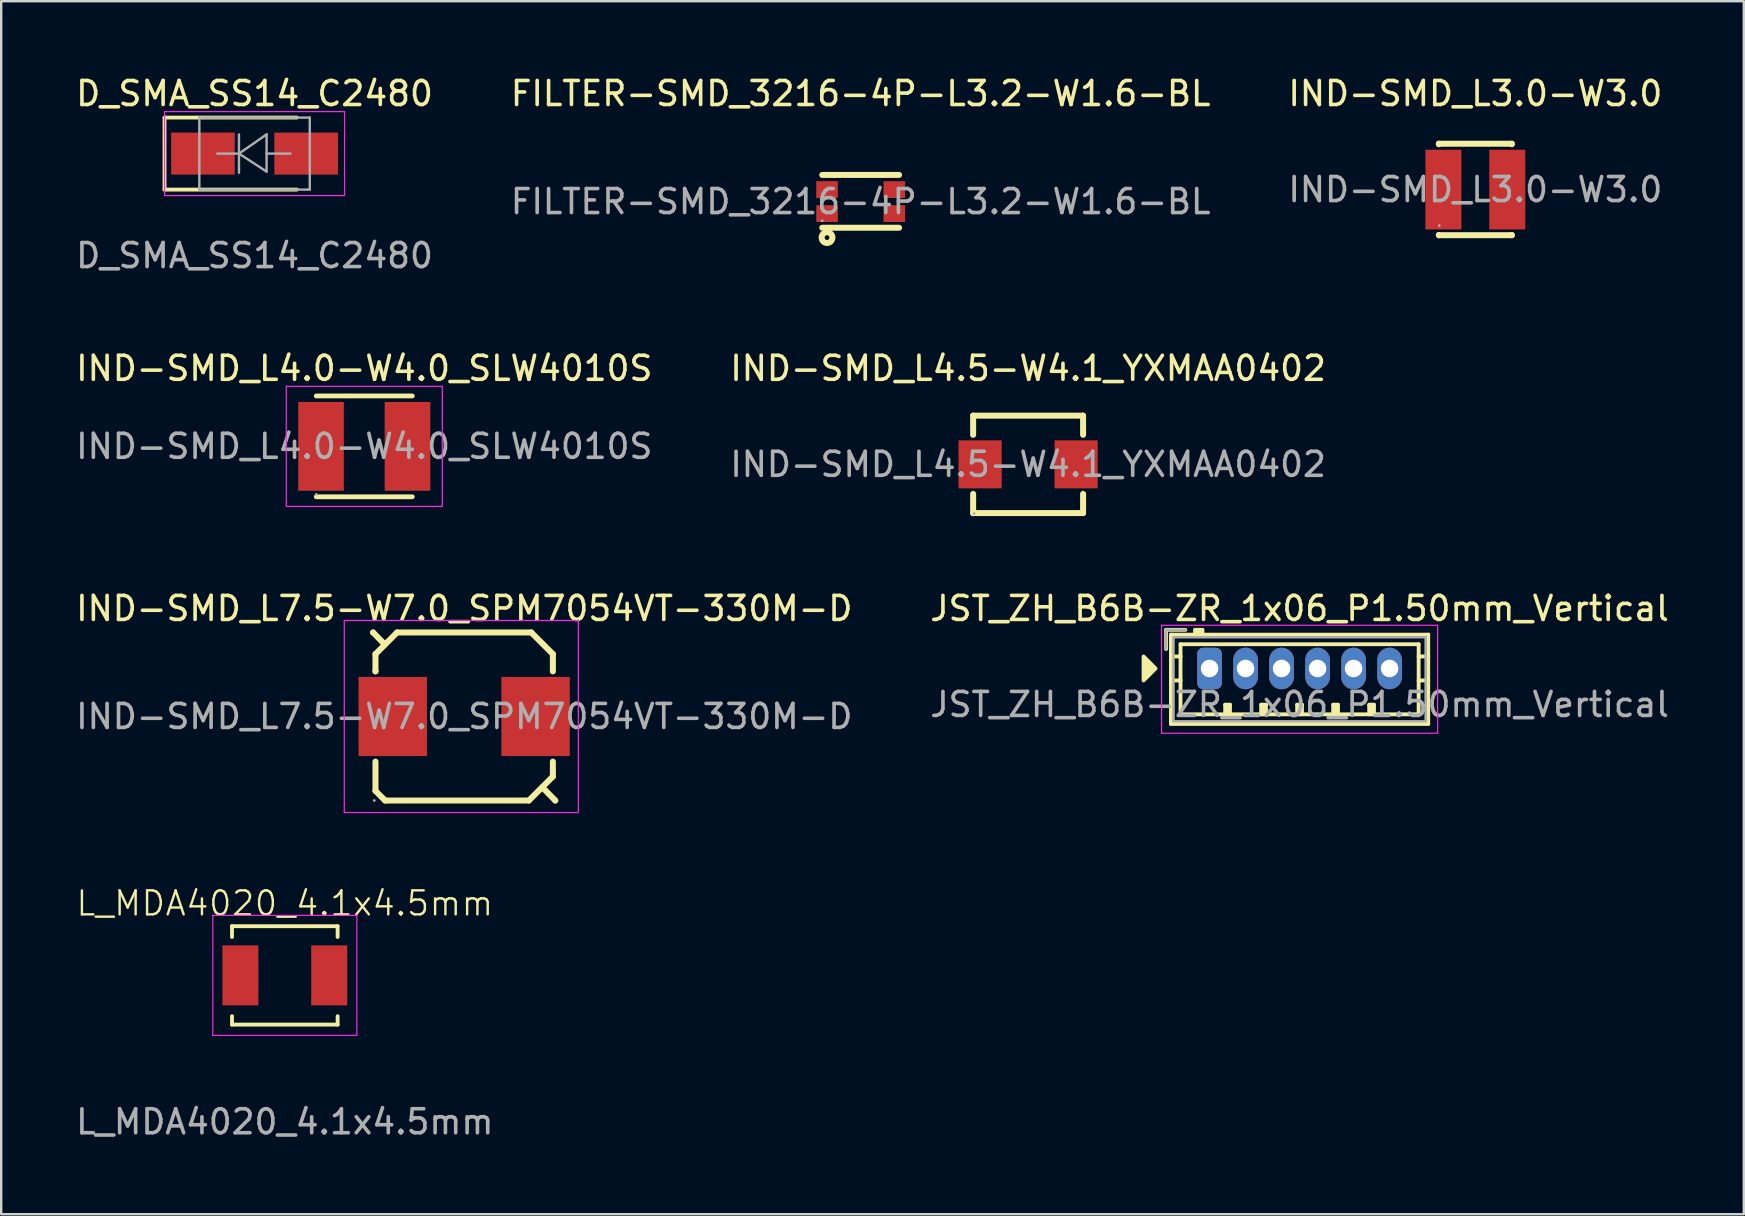
<source format=kicad_pcb>
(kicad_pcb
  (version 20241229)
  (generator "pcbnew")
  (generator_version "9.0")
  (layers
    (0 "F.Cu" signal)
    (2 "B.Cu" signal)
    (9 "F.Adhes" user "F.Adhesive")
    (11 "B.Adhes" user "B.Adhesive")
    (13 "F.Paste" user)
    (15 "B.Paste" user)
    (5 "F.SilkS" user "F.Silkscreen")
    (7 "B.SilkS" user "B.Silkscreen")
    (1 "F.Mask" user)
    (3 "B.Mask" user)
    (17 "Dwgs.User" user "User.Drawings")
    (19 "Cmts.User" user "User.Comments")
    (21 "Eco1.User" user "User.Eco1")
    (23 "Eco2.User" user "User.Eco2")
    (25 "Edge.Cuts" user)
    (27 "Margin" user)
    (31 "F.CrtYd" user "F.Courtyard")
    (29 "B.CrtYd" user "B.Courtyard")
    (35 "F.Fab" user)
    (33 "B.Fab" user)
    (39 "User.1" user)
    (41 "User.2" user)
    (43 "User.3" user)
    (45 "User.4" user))
  (footprint "IND-SMD_L4.5-W4.1_YXMAA0402"
    (layer "F.Cu")
    (at 39.78 16.295)
    (property "Reference" "IND-SMD_L4.5-W4.1_YXMAA0402" (at 0 -4 0) (layer "F.SilkS") (effects (font (size 1 1) (thickness 0.15))))
    (attr smd)
    (fp_line (start -2.29 -2.03) (end 2.29 -2.03) (stroke (width 0.25) (type solid)) (layer "F.SilkS"))
    (fp_line (start -2.29 -1.23) (end -2.29 -2.03) (stroke (width 0.25) (type solid)) (layer "F.SilkS"))
    (fp_line (start -2.29 2.03) (end -2.29 1.23) (stroke (width 0.25) (type solid)) (layer "F.SilkS"))
    (fp_line (start 2.29 -2.03) (end 2.29 -1.23) (stroke (width 0.25) (type solid)) (layer "F.SilkS"))
    (fp_line (start 2.29 1.23) (end 2.29 2.03) (stroke (width 0.25) (type solid)) (layer "F.SilkS"))
    (fp_line (start 2.29 2.03) (end -2.29 2.03) (stroke (width 0.25) (type solid)) (layer "F.SilkS"))
    (fp_circle (center -2.25 2.05) (end -2.22 2.05) (stroke (width 0.06) (type solid)) (fill no) (layer "F.Fab"))
    (fp_text user "${REFERENCE}" (at 0 0 0) (layer "F.Fab") (effects (font (size 1 1) (thickness 0.15))))
    (pad "1" smd rect (at -2 0 90) (size 2 1.8) (layers "F.Cu" "F.Mask" "F.Paste"))
    (pad "2" smd rect (at 2 0 90) (size 2 1.8) (layers "F.Cu" "F.Mask" "F.Paste")))
  (footprint "FILTER-SMD_3216-4P-L3.2-W1.6-BL"
    (layer "F.Cu")
    (at 32.804 5.348)
    (property "Reference" "FILTER-SMD_3216-4P-L3.2-W1.6-BL" (at 0 -4.5 0) (layer "F.SilkS") (effects (font (size 1 1) (thickness 0.15))))
    (attr smd)
    (fp_line (start -1.6 -1.11) (end 1.6 -1.11) (stroke (width 0.25) (type solid)) (layer "F.SilkS"))
    (fp_line (start -1.6 1.09) (end 1.6 1.09) (stroke (width 0.25) (type solid)) (layer "F.SilkS"))
    (fp_circle (center -1.4 1.5) (end -1.3 1.5) (stroke (width 0.25) (type solid)) (fill no) (layer "F.SilkS"))
    (fp_circle (center -1.6 0.8) (end -1.57 0.8) (stroke (width 0.06) (type solid)) (fill no) (layer "F.Fab"))
    (fp_text user "${REFERENCE}" (at 0 0 0) (layer "F.Fab") (effects (font (size 1 1) (thickness 0.15))))
    (pad "1" smd rect (at -1.4 0.5) (size 0.9 0.7) (layers "F.Cu" "F.Mask" "F.Paste"))
    (pad "2" smd rect (at -1.4 -0.5) (size 0.9 0.7) (layers "F.Cu" "F.Mask" "F.Paste"))
    (pad "3" smd rect (at 1.4 -0.5) (size 0.9 0.7) (layers "F.Cu" "F.Mask" "F.Paste"))
    (pad "4" smd rect (at 1.4 0.5) (size 0.9 0.7) (layers "F.Cu" "F.Mask" "F.Paste")))
  (footprint "IND-SMD_L4.0-W4.0_SLW4010S"
    (layer "F.Cu")
    (at 12.125 15.545)
    (property "Reference" "IND-SMD_L4.0-W4.0_SLW4010S" (at 0 -3.25 0) (layer "F.SilkS") (effects (font (size 1 1) (thickness 0.15))))
    (attr smd)
    (fp_line (start -2 -2.1) (end 2 -2.1) (stroke (width 0.2) (type solid)) (layer "F.SilkS"))
    (fp_line (start -2 2.1) (end 2 2.1) (stroke (width 0.2) (type solid)) (layer "F.SilkS"))
    (fp_line (start -3.25 -2.5) (end 3.25 -2.5) (stroke (width 0.05) (type default)) (layer "F.CrtYd"))
    (fp_line (start -3.25 2.5) (end -3.25 -2.5) (stroke (width 0.05) (type default)) (layer "F.CrtYd"))
    (fp_line (start 3.25 -2.5) (end 3.25 2.5) (stroke (width 0.05) (type default)) (layer "F.CrtYd"))
    (fp_line (start 3.25 2.5) (end -3.25 2.5) (stroke (width 0.05) (type default)) (layer "F.CrtYd"))
    (fp_circle (center -2 2) (end -1.97 2) (stroke (width 0.06) (type solid)) (fill no) (layer "F.Fab"))
    (fp_text user "${REFERENCE}" (at 0 0 0) (layer "F.Fab") (effects (font (size 1 1) (thickness 0.15))))
    (pad "1" smd rect (at -1.8 0 90) (size 3.7 1.9) (layers "F.Cu" "F.Mask" "F.Paste"))
    (pad "2" smd rect (at 1.8 0 90) (size 3.7 1.9) (layers "F.Cu" "F.Mask" "F.Paste")))
  (footprint "JST_ZH_B6B-ZR_1x06_P1.50mm_Vertical"
    (layer "F.Cu")
    (at 47.339 24.798)
    (property "Reference" "JST_ZH_B6B-ZR_1x06_P1.50mm_Vertical" (at 3.75 -2.5 0) (layer "F.SilkS") (effects (font (size 1 1) (thickness 0.15))))
    (attr through_hole)
    (fp_line (start -1.81 -1.61) (end -1.81 -0.81) (stroke (width 0.16) (type solid)) (layer "F.SilkS"))
    (fp_line (start -1.61 -1.41) (end -1.61 2.31) (stroke (width 0.16) (type solid)) (layer "F.SilkS"))
    (fp_line (start -1.61 -0.5) (end -1.21 -0.5) (stroke (width 0.16) (type solid)) (layer "F.SilkS"))
    (fp_line (start -1.61 0.5) (end -1.21 0.5) (stroke (width 0.16) (type solid)) (layer "F.SilkS"))
    (fp_line (start -1.61 2.31) (end 9.11 2.31) (stroke (width 0.16) (type solid)) (layer "F.SilkS"))
    (fp_line (start -1.21 -1.01) (end -1.21 1.91) (stroke (width 0.16) (type solid)) (layer "F.SilkS"))
    (fp_line (start -1.21 1.91) (end 8.71 1.91) (stroke (width 0.16) (type solid)) (layer "F.SilkS"))
    (fp_line (start -1.01 -1.61) (end -1.81 -1.61) (stroke (width 0.16) (type solid)) (layer "F.SilkS"))
    (fp_line (start -0.6 -1.61) (end -0.6 -1.41) (stroke (width 0.16) (type solid)) (layer "F.SilkS"))
    (fp_line (start -0.3 -1.61) (end -0.6 -1.61) (stroke (width 0.16) (type solid)) (layer "F.SilkS"))
    (fp_line (start -0.3 -1.51) (end -0.6 -1.51) (stroke (width 0.16) (type solid)) (layer "F.SilkS"))
    (fp_line (start -0.3 -1.41) (end -0.3 -1.61) (stroke (width 0.16) (type solid)) (layer "F.SilkS"))
    (fp_line (start 0.65 1.51) (end 0.85 1.51) (stroke (width 0.16) (type solid)) (layer "F.SilkS"))
    (fp_line (start 0.65 1.91) (end 0.65 1.51) (stroke (width 0.16) (type solid)) (layer "F.SilkS"))
    (fp_line (start 0.75 1.91) (end 0.75 1.51) (stroke (width 0.16) (type solid)) (layer "F.SilkS"))
    (fp_line (start 0.85 1.51) (end 0.85 1.91) (stroke (width 0.16) (type solid)) (layer "F.SilkS"))
    (fp_line (start 2.15 1.51) (end 2.35 1.51) (stroke (width 0.16) (type solid)) (layer "F.SilkS"))
    (fp_line (start 2.15 1.91) (end 2.15 1.51) (stroke (width 0.16) (type solid)) (layer "F.SilkS"))
    (fp_line (start 2.25 1.91) (end 2.25 1.51) (stroke (width 0.16) (type solid)) (layer "F.SilkS"))
    (fp_line (start 2.35 1.51) (end 2.35 1.91) (stroke (width 0.16) (type solid)) (layer "F.SilkS"))
    (fp_line (start 3.65 1.51) (end 3.85 1.51) (stroke (width 0.16) (type solid)) (layer "F.SilkS"))
    (fp_line (start 3.65 1.91) (end 3.65 1.51) (stroke (width 0.16) (type solid)) (layer "F.SilkS"))
    (fp_line (start 3.75 1.91) (end 3.75 1.51) (stroke (width 0.16) (type solid)) (layer "F.SilkS"))
    (fp_line (start 3.85 1.51) (end 3.85 1.91) (stroke (width 0.16) (type solid)) (layer "F.SilkS"))
    (fp_line (start 5.15 1.51) (end 5.35 1.51) (stroke (width 0.16) (type solid)) (layer "F.SilkS"))
    (fp_line (start 5.15 1.91) (end 5.15 1.51) (stroke (width 0.16) (type solid)) (layer "F.SilkS"))
    (fp_line (start 5.25 1.91) (end 5.25 1.51) (stroke (width 0.16) (type solid)) (layer "F.SilkS"))
    (fp_line (start 5.35 1.51) (end 5.35 1.91) (stroke (width 0.16) (type solid)) (layer "F.SilkS"))
    (fp_line (start 6.65 1.51) (end 6.85 1.51) (stroke (width 0.16) (type solid)) (layer "F.SilkS"))
    (fp_line (start 6.65 1.91) (end 6.65 1.51) (stroke (width 0.16) (type solid)) (layer "F.SilkS"))
    (fp_line (start 6.75 1.91) (end 6.75 1.51) (stroke (width 0.16) (type solid)) (layer "F.SilkS"))
    (fp_line (start 6.85 1.51) (end 6.85 1.91) (stroke (width 0.16) (type solid)) (layer "F.SilkS"))
    (fp_line (start 8.71 -1.01) (end -1.21 -1.01) (stroke (width 0.16) (type solid)) (layer "F.SilkS"))
    (fp_line (start 8.71 1.91) (end 8.71 -1.01) (stroke (width 0.16) (type solid)) (layer "F.SilkS"))
    (fp_line (start 9.11 -1.41) (end -1.61 -1.41) (stroke (width 0.16) (type solid)) (layer "F.SilkS"))
    (fp_line (start 9.11 -0.5) (end 8.71 -0.5) (stroke (width 0.16) (type solid)) (layer "F.SilkS"))
    (fp_line (start 9.11 0.5) (end 8.71 0.5) (stroke (width 0.16) (type solid)) (layer "F.SilkS"))
    (fp_line (start 9.11 2.31) (end 9.11 -1.41) (stroke (width 0.16) (type solid)) (layer "F.SilkS"))
    (fp_poly (pts (xy -2.75 -0.5) (xy -2.25 0) (xy -2.75 0.5)) (stroke (width 0.16) (type solid)) (fill yes) (layer "F.SilkS"))
    (fp_line (start -2 -1.8) (end -2 2.7) (stroke (width 0.05) (type solid)) (layer "F.CrtYd"))
    (fp_line (start -2 2.7) (end 9.5 2.7) (stroke (width 0.05) (type solid)) (layer "F.CrtYd"))
    (fp_line (start 9.5 -1.8) (end -2 -1.8) (stroke (width 0.05) (type solid)) (layer "F.CrtYd"))
    (fp_line (start 9.5 2.7) (end 9.5 -1.8) (stroke (width 0.05) (type solid)) (layer "F.CrtYd"))
    (fp_line (start -1.81 -1.61) (end -1.81 -0.81) (stroke (width 0.1) (type solid)) (layer "F.Fab"))
    (fp_line (start -1.5 -1.3) (end -1.5 2.2) (stroke (width 0.1) (type solid)) (layer "F.Fab"))
    (fp_line (start -1.5 2.2) (end 9 2.2) (stroke (width 0.1) (type solid)) (layer "F.Fab"))
    (fp_line (start -1.01 -1.61) (end -1.81 -1.61) (stroke (width 0.1) (type solid)) (layer "F.Fab"))
    (fp_line (start 9 -1.3) (end -1.5 -1.3) (stroke (width 0.1) (type solid)) (layer "F.Fab"))
    (fp_line (start 9 2.2) (end 9 -1.3) (stroke (width 0.1) (type solid)) (layer "F.Fab"))
    (fp_text user "${REFERENCE}" (at 3.75 1.5 0) (layer "F.Fab") (effects (font (size 1 1) (thickness 0.15))))
    (pad "1" thru_hole roundrect (at 0 0) (size 1.03 1.73) (drill 0.73) (layers "*.Cu" "*.Mask") (roundrect_rratio 0.243))
    (pad "2" thru_hole oval (at 1.5 0) (size 1.03 1.73) (drill 0.73) (layers "*.Cu" "*.Mask"))
    (pad "3" thru_hole oval (at 3 0) (size 1.03 1.73) (drill 0.73) (layers "*.Cu" "*.Mask"))
    (pad "4" thru_hole oval (at 4.5 0) (size 1.03 1.73) (drill 0.73) (layers "*.Cu" "*.Mask"))
    (pad "5" thru_hole oval (at 6 0) (size 1.03 1.73) (drill 0.73) (layers "*.Cu" "*.Mask"))
    (pad "6" thru_hole oval (at 7.5 0) (size 1.03 1.73) (drill 0.73) (layers "*.Cu" "*.Mask")))
  (footprint "D_SMA_SS14_C2480"
    (layer "F.Cu")
    (at 7.554 3.348)
    (property "Reference" "D_SMA_SS14_C2480" (at 0 -2.5 0) (layer "F.SilkS") (effects (font (size 1 1) (thickness 0.15))))
    (attr smd)
    (fp_line (start -3.75 -1.5) (end -3.75 1.5) (stroke (width 0.16) (type solid)) (layer "F.SilkS"))
    (fp_line (start -3.75 -1.5) (end 1.76 -1.5) (stroke (width 0.16) (type solid)) (layer "F.SilkS"))
    (fp_line (start -3.75 1.5) (end 1.76 1.5) (stroke (width 0.16) (type solid)) (layer "F.SilkS"))
    (fp_line (start -3.75 -1.75) (end 3.75 -1.75) (stroke (width 0.05) (type solid)) (layer "F.CrtYd"))
    (fp_line (start -3.75 1.75) (end -3.75 -1.75) (stroke (width 0.05) (type solid)) (layer "F.CrtYd"))
    (fp_line (start 3.75 -1.75) (end 3.75 1.75) (stroke (width 0.05) (type solid)) (layer "F.CrtYd"))
    (fp_line (start 3.75 1.75) (end -3.75 1.75) (stroke (width 0.05) (type solid)) (layer "F.CrtYd"))
    (fp_line (start -2.3 1.5) (end -2.3 -1.5) (stroke (width 0.1) (type solid)) (layer "F.Fab"))
    (fp_line (start -0.649 -0.799) (end -0.649 0.801) (stroke (width 0.1) (type solid)) (layer "F.Fab"))
    (fp_line (start -0.649 0.001) (end -1.551 0.001) (stroke (width 0.1) (type solid)) (layer "F.Fab"))
    (fp_line (start -0.649 0.001) (end 0.501 -0.799) (stroke (width 0.1) (type solid)) (layer "F.Fab"))
    (fp_line (start -0.649 0.001) (end 0.501 0.75) (stroke (width 0.1) (type solid)) (layer "F.Fab"))
    (fp_line (start 0.501 0.001) (end 1.499 0.001) (stroke (width 0.1) (type solid)) (layer "F.Fab"))
    (fp_line (start 0.501 0.75) (end 0.501 -0.799) (stroke (width 0.1) (type solid)) (layer "F.Fab"))
    (fp_line (start 2.3 -1.5) (end -2.3 -1.5) (stroke (width 0.1) (type solid)) (layer "F.Fab"))
    (fp_line (start 2.3 -1.5) (end 2.3 1.5) (stroke (width 0.1) (type solid)) (layer "F.Fab"))
    (fp_line (start 2.3 1.5) (end -2.3 1.5) (stroke (width 0.1) (type solid)) (layer "F.Fab"))
    (fp_text user "${REFERENCE}" (at 0 4.25 0) (layer "F.Fab") (effects (font (size 1 1) (thickness 0.15))))
    (dimension (type aligned) (layer "User.1") (pts (xy 5.404 3.348) (xy 9.704 3.348)) (height -1.25) (format (prefix "") (suffix "") (units 3) (units_format 1) (precision 2)) (style (thickness 0.01) (arrow_length 0.01) (text_position_mode 2) (arrow_direction outward) (extension_height 0) (extension_offset 0) (keep_text_aligned yes)) (gr_text "4.30 mm" (at 7.554 2.098 0) (layer "User.1") (effects (font (size 0.1 0.1) (thickness 0.15)))))
    (dimension (type aligned) (layer "User.1") (pts (xy 4.079 2.473) (xy 6.729 2.473)) (height -0.1) (format (prefix "") (suffix "") (units 3) (units_format 1) (precision 2)) (style (thickness 0.01) (arrow_length 0.01) (text_position_mode 2) (arrow_direction outward) (extension_height 0) (extension_offset 0) (keep_text_aligned yes)) (gr_text "2.65 mm" (at 5.554 2.348 0) (layer "User.1") (effects (font (size 0.1 0.1) (thickness 0.15)))))
    (dimension (type aligned) (layer "User.1") (pts (xy 6.729 2.473) (xy 6.729 4.223)) (height -0.1) (format (prefix "") (suffix "") (units 3) (units_format 1) (precision 2)) (style (thickness 0.01) (arrow_length 0.01) (text_position_mode 2) (arrow_direction outward) (extension_height 0) (extension_offset 0) (keep_text_aligned yes)) (gr_text "1.75 mm" (at 6.857 3.258 90) (layer "User.1") (effects (font (size 0.1 0.1) (thickness 0.15)))))
    (pad "1" smd rect (at -2.15 0) (size 2.65 1.75) (layers "F.Cu" "F.Mask" "F.Paste"))
    (pad "2" smd rect (at 2.15 0) (size 2.65 1.75) (layers "F.Cu" "F.Mask" "F.Paste")))
  (footprint "L_MDA4020_4.1x4.5mm"
    (layer "F.Cu")
    (at 8.815 37.584)
    (property "Reference" "L_MDA4020_4.1x4.5mm" (at 0 -3 0) (unlocked yes) (layer "F.SilkS") (effects (font (size 1 1) (thickness 0.1))))
    (attr smd)
    (fp_line (start -2.2 -2.05) (end -2.2 -1.6) (stroke (width 0.16) (type default)) (layer "F.SilkS"))
    (fp_line (start -2.2 -2.05) (end 2.2 -2.05) (stroke (width 0.16) (type default)) (layer "F.SilkS"))
    (fp_line (start -2.2 1.7) (end -2.2 2.05) (stroke (width 0.16) (type default)) (layer "F.SilkS"))
    (fp_line (start -2.2 2.05) (end 2.2 2.05) (stroke (width 0.16) (type default)) (layer "F.SilkS"))
    (fp_line (start 2.2 -2.05) (end 2.2 -1.6) (stroke (width 0.16) (type default)) (layer "F.SilkS"))
    (fp_line (start 2.2 1.7) (end 2.2 2.05) (stroke (width 0.16) (type default)) (layer "F.SilkS"))
    (fp_line (start -3 -2.5) (end 3 -2.5) (stroke (width 0.05) (type default)) (layer "F.CrtYd"))
    (fp_line (start -3 2.5) (end -3 -2.5) (stroke (width 0.05) (type default)) (layer "F.CrtYd"))
    (fp_line (start 3 -2.5) (end 3 2.5) (stroke (width 0.05) (type default)) (layer "F.CrtYd"))
    (fp_line (start 3 2.5) (end -3 2.5) (stroke (width 0.05) (type default)) (layer "F.CrtYd"))
    (fp_text user "${REFERENCE}" (at 0 6.1 0) (unlocked yes) (layer "F.Fab") (effects (font (size 1 1) (thickness 0.15))))
    (dimension (type aligned) (layer "User.1") (pts (xy 11.415 36.334) (xy 11.415 38.834)) (height -0.1) (format (prefix "") (suffix "") (units 3) (units_format 1) (precision 4)) (style (thickness 0.01) (arrow_length 0.01) (text_position_mode 2) (arrow_direction outward) (extension_height 0) (extension_offset 0) (keep_text_aligned yes)) (gr_text "2.5000 mm" (at 11.565 37.633 90) (layer "User.1") (effects (font (size 0.1 0.1) (thickness 0.15)))))
    (dimension (type aligned) (layer "User.1") (pts (xy 9.915 38.834) (xy 7.715 38.834)) (height -0.1) (format (prefix "") (suffix "") (units 3) (units_format 1) (precision 4)) (style (thickness 0.01) (arrow_length 0.01) (text_position_mode 2) (arrow_direction outward) (extension_height 0) (extension_offset 0) (keep_text_aligned yes)) (gr_text "2.2000 mm" (at 8.815 39.084 0) (layer "User.1") (effects (font (size 0.1 0.1) (thickness 0.15)))))
    (dimension (type aligned) (layer "User.1") (pts (xy 6.215 36.334) (xy 11.415 36.334)) (height -0.1) (format (prefix "") (suffix "") (units 3) (units_format 1) (precision 4)) (style (thickness 0.01) (arrow_length 0.01) (text_position_mode 2) (arrow_direction outward) (extension_height 0) (extension_offset 0) (keep_text_aligned yes)) (gr_text "5.2000 mm" (at 8.365 35.983 0) (layer "User.1") (effects (font (size 0.1 0.1) (thickness 0.15)))))
    (pad "1" smd rect (at -1.85 0) (size 1.5 2.5) (layers "F.Cu" "F.Mask" "F.Paste"))
    (pad "2" smd rect (at 1.85 0) (size 1.5 2.5) (layers "F.Cu" "F.Mask" "F.Paste")))
  (footprint "IND-SMD_L7.5-W7.0_SPM7054VT-330M-D"
    (layer "F.Cu")
    (at 16.292 26.798)
    (property "Reference" "IND-SMD_L7.5-W7.0_SPM7054VT-330M-D" (at 0 -4.5 0) (layer "F.SilkS") (effects (font (size 1 1) (thickness 0.15))))
    (attr smd)
    (fp_line (start -3.8 -3.5) (end -3.8 -3.5) (stroke (width 0.25) (type solid)) (layer "F.SilkS"))
    (fp_line (start -3.8 -3.5) (end -3.31 -3) (stroke (width 0.25) (type solid)) (layer "F.SilkS"))
    (fp_line (start -3.7 -2.6) (end -2.8 -3.5) (stroke (width 0.25) (type solid)) (layer "F.SilkS"))
    (fp_line (start -3.7 -1.88) (end -3.7 -2.6) (stroke (width 0.25) (type solid)) (layer "F.SilkS"))
    (fp_line (start -3.7 -1.88) (end -3.7 -1.9) (stroke (width 0.25) (type solid)) (layer "F.SilkS"))
    (fp_line (start -3.7 3.1) (end -3.7 1.88) (stroke (width 0.25) (type solid)) (layer "F.SilkS"))
    (fp_line (start -3.3 3.5) (end -3.7 3.1) (stroke (width 0.25) (type solid)) (layer "F.SilkS"))
    (fp_line (start -2.8 -3.5) (end 2.79 -3.5) (stroke (width 0.25) (type solid)) (layer "F.SilkS"))
    (fp_line (start 2.69 3.5) (end -3.3 3.5) (stroke (width 0.25) (type solid)) (layer "F.SilkS"))
    (fp_line (start 2.79 -3.5) (end 3.69 -2.6) (stroke (width 0.25) (type solid)) (layer "F.SilkS"))
    (fp_line (start 3.69 -2.6) (end 3.69 -1.88) (stroke (width 0.25) (type solid)) (layer "F.SilkS"))
    (fp_line (start 3.69 1.88) (end 3.69 2.5) (stroke (width 0.25) (type solid)) (layer "F.SilkS"))
    (fp_line (start 3.69 2.5) (end 2.69 3.5) (stroke (width 0.25) (type solid)) (layer "F.SilkS"))
    (fp_line (start 3.79 3.5) (end 3.25 2.95) (stroke (width 0.25) (type solid)) (layer "F.SilkS"))
    (fp_line (start 3.79 3.5) (end 3.79 3.5) (stroke (width 0.25) (type solid)) (layer "F.SilkS"))
    (fp_line (start -5 -4) (end 4.75 -4) (stroke (width 0.05) (type default)) (layer "F.CrtYd"))
    (fp_line (start -5 4) (end -5 -4) (stroke (width 0.05) (type default)) (layer "F.CrtYd"))
    (fp_line (start 4.75 -4) (end 4.75 4) (stroke (width 0.05) (type default)) (layer "F.CrtYd"))
    (fp_line (start 4.75 4) (end -5 4) (stroke (width 0.05) (type default)) (layer "F.CrtYd"))
    (fp_circle (center -3.75 3.5) (end -3.72 3.5) (stroke (width 0.06) (type solid)) (fill no) (layer "F.Fab"))
    (fp_text user "${REFERENCE}" (at 0 0 0) (layer "F.Fab") (effects (font (size 1 1) (thickness 0.15))))
    (pad "1" smd rect (at -2.98 0) (size 2.85 3.3) (layers "F.Cu" "F.Mask" "F.Paste"))
    (pad "2" smd rect (at 2.97 0) (size 2.85 3.3) (layers "F.Cu" "F.Mask" "F.Paste")))
  (footprint "IND-SMD_L3.0-W3.0"
    (layer "F.Cu")
    (at 58.411 4.848)
    (property "Reference" "IND-SMD_L3.0-W3.0" (at 0 -4 0) (layer "F.SilkS") (effects (font (size 1 1) (thickness 0.15))))
    (attr smd)
    (fp_line (start -1.52 -1.91) (end 1.52 -1.91) (stroke (width 0.25) (type solid)) (layer "F.SilkS"))
    (fp_line (start -1.52 -1.89) (end -1.52 -1.91) (stroke (width 0.25) (type solid)) (layer "F.SilkS"))
    (fp_line (start -1.52 1.9) (end -1.52 1.89) (stroke (width 0.25) (type solid)) (layer "F.SilkS"))
    (fp_line (start -1.52 1.9) (end 1.52 1.9) (stroke (width 0.25) (type solid)) (layer "F.SilkS"))
    (fp_line (start 1.52 -1.91) (end 1.52 -1.89) (stroke (width 0.25) (type solid)) (layer "F.SilkS"))
    (fp_line (start 1.52 1.89) (end 1.52 1.9) (stroke (width 0.25) (type solid)) (layer "F.SilkS"))
    (fp_circle (center -1.5 1.5) (end -1.47 1.5) (stroke (width 0.06) (type solid)) (fill no) (layer "F.Fab"))
    (fp_text user "${REFERENCE}" (at 0 0 0) (layer "F.Fab") (effects (font (size 1 1) (thickness 0.15))))
    (pad "1" smd rect (at 1.33 0) (size 1.5 3.32) (layers "F.Cu" "F.Mask" "F.Paste"))
    (pad "2" smd rect (at -1.33 0) (size 1.5 3.32) (layers "F.Cu" "F.Mask" "F.Paste")))
  (gr_rect
    (start -3 -3)
    (end 69.595 47.532)
    (stroke (width 0.1) (type default))
    (fill no)
    (layer "Edge.Cuts")))
</source>
